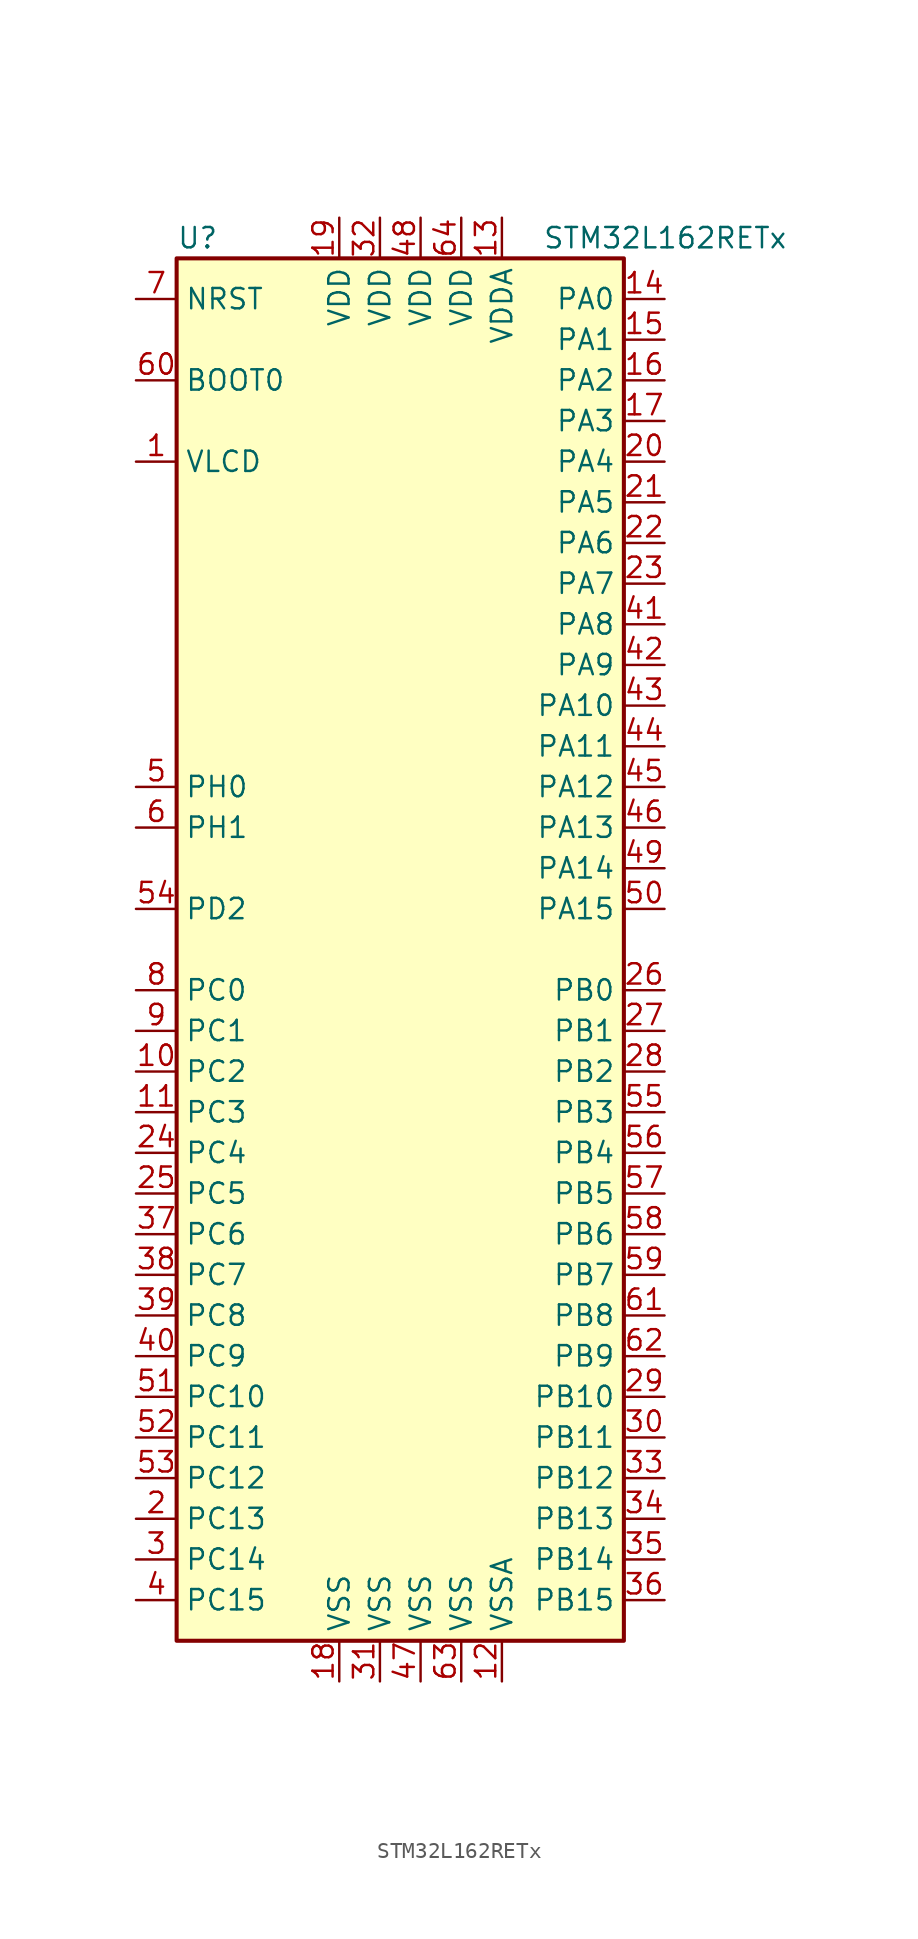
<source format=kicad_sym>
(kicad_symbol_lib
  (version 20211014)
  (generator kicad_symbol_editor)
  (symbol "STM32L162RETx"
    (property "Reference" "U"
      (at -15.24 44.45 0)
      (effects (font (size 1.27 1.27)) (justify left)))
    (property "Value" "STM32L162RETx"
      (at 7.62 44.45 0)
      (effects (font (size 1.27 1.27)) (justify left)))
    (symbol "STM32L162RETx_0_1"
      (rectangle (start -15.24 -43.18) (end 12.7 43.18) (stroke (width 0.254) (type default) (color 0 0 0 0)) (fill (type background))))
    (symbol "STM32L162RETx_1_1"
      (pin power_in line (at -17.78 30.48 0) (length 2.54) (name "VLCD" (effects (font (size 1.27 1.27)))) (number "1" (effects (font (size 1.27 1.27)))))
      (pin bidirectional line (at -17.78 -7.62 0) (length 2.54) (name "PC2" (effects (font (size 1.27 1.27)))) (number "10" (effects (font (size 1.27 1.27)))))
      (pin bidirectional line (at -17.78 -10.16 0) (length 2.54) (name "PC3" (effects (font (size 1.27 1.27)))) (number "11" (effects (font (size 1.27 1.27)))))
      (pin power_in line (at 5.08 -45.72 90) (length 2.54) (name "VSSA" (effects (font (size 1.27 1.27)))) (number "12" (effects (font (size 1.27 1.27)))))
      (pin power_in line (at 5.08 45.72 270) (length 2.54) (name "VDDA" (effects (font (size 1.27 1.27)))) (number "13" (effects (font (size 1.27 1.27)))))
      (pin bidirectional line (at 15.24 40.64 180) (length 2.54) (name "PA0" (effects (font (size 1.27 1.27)))) (number "14" (effects (font (size 1.27 1.27)))))
      (pin bidirectional line (at 15.24 38.1 180) (length 2.54) (name "PA1" (effects (font (size 1.27 1.27)))) (number "15" (effects (font (size 1.27 1.27)))))
      (pin bidirectional line (at 15.24 35.56 180) (length 2.54) (name "PA2" (effects (font (size 1.27 1.27)))) (number "16" (effects (font (size 1.27 1.27)))))
      (pin bidirectional line (at 15.24 33.02 180) (length 2.54) (name "PA3" (effects (font (size 1.27 1.27)))) (number "17" (effects (font (size 1.27 1.27)))))
      (pin power_in line (at -5.08 -45.72 90) (length 2.54) (name "VSS" (effects (font (size 1.27 1.27)))) (number "18" (effects (font (size 1.27 1.27)))))
      (pin power_in line (at -5.08 45.72 270) (length 2.54) (name "VDD" (effects (font (size 1.27 1.27)))) (number "19" (effects (font (size 1.27 1.27)))))
      (pin bidirectional line (at -17.78 -35.56 0) (length 2.54) (name "PC13" (effects (font (size 1.27 1.27)))) (number "2" (effects (font (size 1.27 1.27)))))
      (pin bidirectional line (at 15.24 30.48 180) (length 2.54) (name "PA4" (effects (font (size 1.27 1.27)))) (number "20" (effects (font (size 1.27 1.27)))))
      (pin bidirectional line (at 15.24 27.94 180) (length 2.54) (name "PA5" (effects (font (size 1.27 1.27)))) (number "21" (effects (font (size 1.27 1.27)))))
      (pin bidirectional line (at 15.24 25.4 180) (length 2.54) (name "PA6" (effects (font (size 1.27 1.27)))) (number "22" (effects (font (size 1.27 1.27)))))
      (pin bidirectional line (at 15.24 22.86 180) (length 2.54) (name "PA7" (effects (font (size 1.27 1.27)))) (number "23" (effects (font (size 1.27 1.27)))))
      (pin bidirectional line (at -17.78 -12.7 0) (length 2.54) (name "PC4" (effects (font (size 1.27 1.27)))) (number "24" (effects (font (size 1.27 1.27)))))
      (pin bidirectional line (at -17.78 -15.24 0) (length 2.54) (name "PC5" (effects (font (size 1.27 1.27)))) (number "25" (effects (font (size 1.27 1.27)))))
      (pin bidirectional line (at 15.24 -2.54 180) (length 2.54) (name "PB0" (effects (font (size 1.27 1.27)))) (number "26" (effects (font (size 1.27 1.27)))))
      (pin bidirectional line (at 15.24 -5.08 180) (length 2.54) (name "PB1" (effects (font (size 1.27 1.27)))) (number "27" (effects (font (size 1.27 1.27)))))
      (pin bidirectional line (at 15.24 -7.62 180) (length 2.54) (name "PB2" (effects (font (size 1.27 1.27)))) (number "28" (effects (font (size 1.27 1.27)))))
      (pin bidirectional line (at 15.24 -27.94 180) (length 2.54) (name "PB10" (effects (font (size 1.27 1.27)))) (number "29" (effects (font (size 1.27 1.27)))))
      (pin bidirectional line (at -17.78 -38.1 0) (length 2.54) (name "PC14" (effects (font (size 1.27 1.27)))) (number "3" (effects (font (size 1.27 1.27)))))
      (pin bidirectional line (at 15.24 -30.48 180) (length 2.54) (name "PB11" (effects (font (size 1.27 1.27)))) (number "30" (effects (font (size 1.27 1.27)))))
      (pin power_in line (at -2.54 -45.72 90) (length 2.54) (name "VSS" (effects (font (size 1.27 1.27)))) (number "31" (effects (font (size 1.27 1.27)))))
      (pin power_in line (at -2.54 45.72 270) (length 2.54) (name "VDD" (effects (font (size 1.27 1.27)))) (number "32" (effects (font (size 1.27 1.27)))))
      (pin bidirectional line (at 15.24 -33.02 180) (length 2.54) (name "PB12" (effects (font (size 1.27 1.27)))) (number "33" (effects (font (size 1.27 1.27)))))
      (pin bidirectional line (at 15.24 -35.56 180) (length 2.54) (name "PB13" (effects (font (size 1.27 1.27)))) (number "34" (effects (font (size 1.27 1.27)))))
      (pin bidirectional line (at 15.24 -38.1 180) (length 2.54) (name "PB14" (effects (font (size 1.27 1.27)))) (number "35" (effects (font (size 1.27 1.27)))))
      (pin bidirectional line (at 15.24 -40.64 180) (length 2.54) (name "PB15" (effects (font (size 1.27 1.27)))) (number "36" (effects (font (size 1.27 1.27)))))
      (pin bidirectional line (at -17.78 -17.78 0) (length 2.54) (name "PC6" (effects (font (size 1.27 1.27)))) (number "37" (effects (font (size 1.27 1.27)))))
      (pin bidirectional line (at -17.78 -20.32 0) (length 2.54) (name "PC7" (effects (font (size 1.27 1.27)))) (number "38" (effects (font (size 1.27 1.27)))))
      (pin bidirectional line (at -17.78 -22.86 0) (length 2.54) (name "PC8" (effects (font (size 1.27 1.27)))) (number "39" (effects (font (size 1.27 1.27)))))
      (pin bidirectional line (at -17.78 -40.64 0) (length 2.54) (name "PC15" (effects (font (size 1.27 1.27)))) (number "4" (effects (font (size 1.27 1.27)))))
      (pin bidirectional line (at -17.78 -25.4 0) (length 2.54) (name "PC9" (effects (font (size 1.27 1.27)))) (number "40" (effects (font (size 1.27 1.27)))))
      (pin bidirectional line (at 15.24 20.32 180) (length 2.54) (name "PA8" (effects (font (size 1.27 1.27)))) (number "41" (effects (font (size 1.27 1.27)))))
      (pin bidirectional line (at 15.24 17.78 180) (length 2.54) (name "PA9" (effects (font (size 1.27 1.27)))) (number "42" (effects (font (size 1.27 1.27)))))
      (pin bidirectional line (at 15.24 15.24 180) (length 2.54) (name "PA10" (effects (font (size 1.27 1.27)))) (number "43" (effects (font (size 1.27 1.27)))))
      (pin bidirectional line (at 15.24 12.7 180) (length 2.54) (name "PA11" (effects (font (size 1.27 1.27)))) (number "44" (effects (font (size 1.27 1.27)))))
      (pin bidirectional line (at 15.24 10.16 180) (length 2.54) (name "PA12" (effects (font (size 1.27 1.27)))) (number "45" (effects (font (size 1.27 1.27)))))
      (pin bidirectional line (at 15.24 7.62 180) (length 2.54) (name "PA13" (effects (font (size 1.27 1.27)))) (number "46" (effects (font (size 1.27 1.27)))))
      (pin power_in line (at 0 -45.72 90) (length 2.54) (name "VSS" (effects (font (size 1.27 1.27)))) (number "47" (effects (font (size 1.27 1.27)))))
      (pin power_in line (at 0 45.72 270) (length 2.54) (name "VDD" (effects (font (size 1.27 1.27)))) (number "48" (effects (font (size 1.27 1.27)))))
      (pin bidirectional line (at 15.24 5.08 180) (length 2.54) (name "PA14" (effects (font (size 1.27 1.27)))) (number "49" (effects (font (size 1.27 1.27)))))
      (pin input line (at -17.78 10.16 0) (length 2.54) (name "PH0" (effects (font (size 1.27 1.27)))) (number "5" (effects (font (size 1.27 1.27)))))
      (pin bidirectional line (at 15.24 2.54 180) (length 2.54) (name "PA15" (effects (font (size 1.27 1.27)))) (number "50" (effects (font (size 1.27 1.27)))))
      (pin bidirectional line (at -17.78 -27.94 0) (length 2.54) (name "PC10" (effects (font (size 1.27 1.27)))) (number "51" (effects (font (size 1.27 1.27)))))
      (pin bidirectional line (at -17.78 -30.48 0) (length 2.54) (name "PC11" (effects (font (size 1.27 1.27)))) (number "52" (effects (font (size 1.27 1.27)))))
      (pin bidirectional line (at -17.78 -33.02 0) (length 2.54) (name "PC12" (effects (font (size 1.27 1.27)))) (number "53" (effects (font (size 1.27 1.27)))))
      (pin bidirectional line (at -17.78 2.54 0) (length 2.54) (name "PD2" (effects (font (size 1.27 1.27)))) (number "54" (effects (font (size 1.27 1.27)))))
      (pin bidirectional line (at 15.24 -10.16 180) (length 2.54) (name "PB3" (effects (font (size 1.27 1.27)))) (number "55" (effects (font (size 1.27 1.27)))))
      (pin bidirectional line (at 15.24 -12.7 180) (length 2.54) (name "PB4" (effects (font (size 1.27 1.27)))) (number "56" (effects (font (size 1.27 1.27)))))
      (pin bidirectional line (at 15.24 -15.24 180) (length 2.54) (name "PB5" (effects (font (size 1.27 1.27)))) (number "57" (effects (font (size 1.27 1.27)))))
      (pin bidirectional line (at 15.24 -17.78 180) (length 2.54) (name "PB6" (effects (font (size 1.27 1.27)))) (number "58" (effects (font (size 1.27 1.27)))))
      (pin bidirectional line (at 15.24 -20.32 180) (length 2.54) (name "PB7" (effects (font (size 1.27 1.27)))) (number "59" (effects (font (size 1.27 1.27)))))
      (pin input line (at -17.78 7.62 0) (length 2.54) (name "PH1" (effects (font (size 1.27 1.27)))) (number "6" (effects (font (size 1.27 1.27)))))
      (pin input line (at -17.78 35.56 0) (length 2.54) (name "BOOT0" (effects (font (size 1.27 1.27)))) (number "60" (effects (font (size 1.27 1.27)))))
      (pin bidirectional line (at 15.24 -22.86 180) (length 2.54) (name "PB8" (effects (font (size 1.27 1.27)))) (number "61" (effects (font (size 1.27 1.27)))))
      (pin bidirectional line (at 15.24 -25.4 180) (length 2.54) (name "PB9" (effects (font (size 1.27 1.27)))) (number "62" (effects (font (size 1.27 1.27)))))
      (pin power_in line (at 2.54 -45.72 90) (length 2.54) (name "VSS" (effects (font (size 1.27 1.27)))) (number "63" (effects (font (size 1.27 1.27)))))
      (pin power_in line (at 2.54 45.72 270) (length 2.54) (name "VDD" (effects (font (size 1.27 1.27)))) (number "64" (effects (font (size 1.27 1.27)))))
      (pin input line (at -17.78 40.64 0) (length 2.54) (name "NRST" (effects (font (size 1.27 1.27)))) (number "7" (effects (font (size 1.27 1.27)))))
      (pin bidirectional line (at -17.78 -2.54 0) (length 2.54) (name "PC0" (effects (font (size 1.27 1.27)))) (number "8" (effects (font (size 1.27 1.27)))))
      (pin bidirectional line (at -17.78 -5.08 0) (length 2.54) (name "PC1" (effects (font (size 1.27 1.27)))) (number "9" (effects (font (size 1.27 1.27))))))))
</source>
